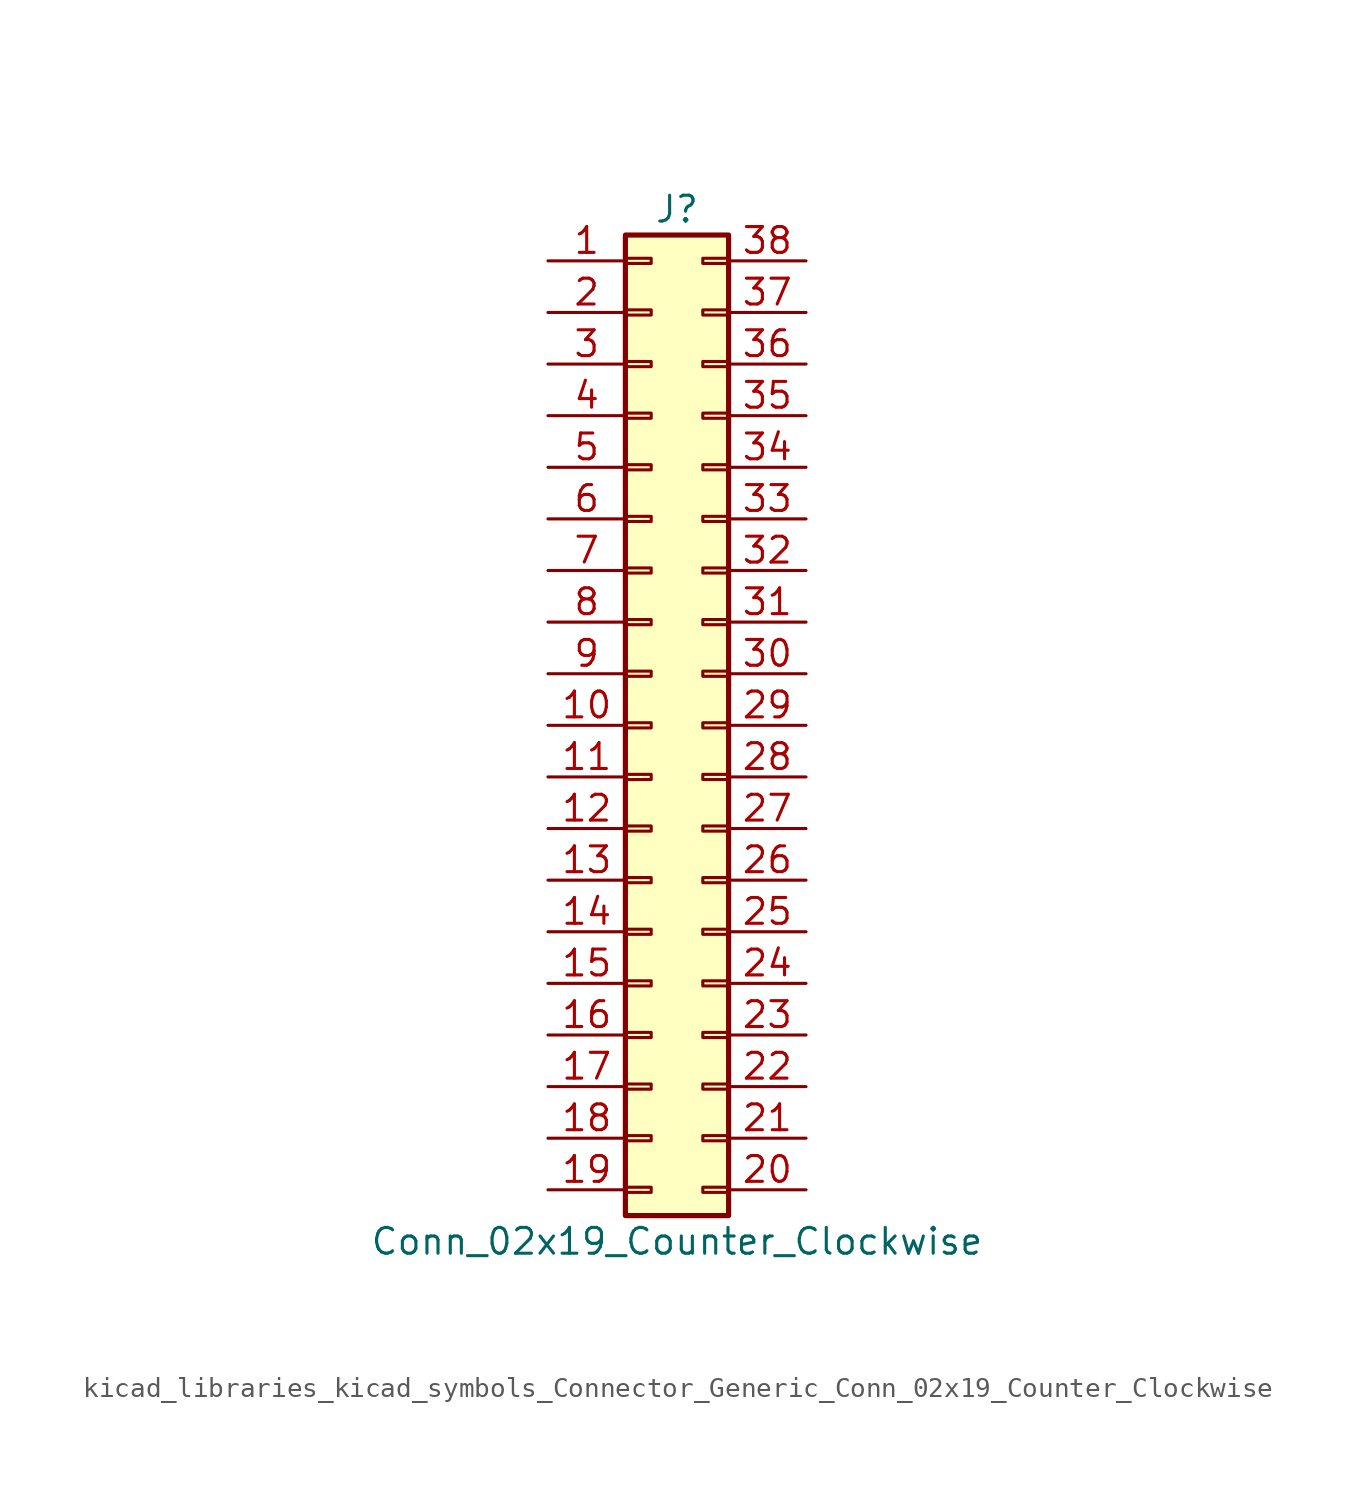
<source format=kicad_sym>
(kicad_symbol_lib
  (version 20220914)
  (generator kicad_symbol_editor)
  (symbol "kicad_libraries_kicad_symbols_Connector_Generic_Conn_02x19_Counter_Clockwise"
    (pin_names
      (offset 1.016) hide)
    (property "Reference" "J"
      (at 1.27 25.4 0)
      (effects (font (size 1.27 1.27))))
    (property "Value" "Conn_02x19_Counter_Clockwise"
      (at 1.27 -25.4 0)
      (effects (font (size 1.27 1.27))))
    (symbol "kicad_libraries_kicad_symbols_Connector_Generic_Conn_02x19_Counter_Clockwise_1_1"
      (rectangle (start -1.27 -22.733) (end 0 -22.987) (stroke (width 0.152) (type default)) (fill (type none)))
      (rectangle (start -1.27 -20.193) (end 0 -20.447) (stroke (width 0.152) (type default)) (fill (type none)))
      (rectangle (start -1.27 -17.653) (end 0 -17.907) (stroke (width 0.152) (type default)) (fill (type none)))
      (rectangle (start -1.27 -15.113) (end 0 -15.367) (stroke (width 0.152) (type default)) (fill (type none)))
      (rectangle (start -1.27 -12.573) (end 0 -12.827) (stroke (width 0.152) (type default)) (fill (type none)))
      (rectangle (start -1.27 -10.033) (end 0 -10.287) (stroke (width 0.152) (type default)) (fill (type none)))
      (rectangle (start -1.27 -7.493) (end 0 -7.747) (stroke (width 0.152) (type default)) (fill (type none)))
      (rectangle (start -1.27 -4.953) (end 0 -5.207) (stroke (width 0.152) (type default)) (fill (type none)))
      (rectangle (start -1.27 -2.413) (end 0 -2.667) (stroke (width 0.152) (type default)) (fill (type none)))
      (rectangle (start -1.27 0.127) (end 0 -0.127) (stroke (width 0.152) (type default)) (fill (type none)))
      (rectangle (start -1.27 2.667) (end 0 2.413) (stroke (width 0.152) (type default)) (fill (type none)))
      (rectangle (start -1.27 5.207) (end 0 4.953) (stroke (width 0.152) (type default)) (fill (type none)))
      (rectangle (start -1.27 7.747) (end 0 7.493) (stroke (width 0.152) (type default)) (fill (type none)))
      (rectangle (start -1.27 10.287) (end 0 10.033) (stroke (width 0.152) (type default)) (fill (type none)))
      (rectangle (start -1.27 12.827) (end 0 12.573) (stroke (width 0.152) (type default)) (fill (type none)))
      (rectangle (start -1.27 15.367) (end 0 15.113) (stroke (width 0.152) (type default)) (fill (type none)))
      (rectangle (start -1.27 17.907) (end 0 17.653) (stroke (width 0.152) (type default)) (fill (type none)))
      (rectangle (start -1.27 20.447) (end 0 20.193) (stroke (width 0.152) (type default)) (fill (type none)))
      (rectangle (start -1.27 22.987) (end 0 22.733) (stroke (width 0.152) (type default)) (fill (type none)))
      (rectangle (start -1.27 24.13) (end 3.81 -24.13) (stroke (width 0.254) (type default)) (fill (type background)))
      (rectangle (start 3.81 -22.733) (end 2.54 -22.987) (stroke (width 0.152) (type default)) (fill (type none)))
      (rectangle (start 3.81 -20.193) (end 2.54 -20.447) (stroke (width 0.152) (type default)) (fill (type none)))
      (rectangle (start 3.81 -17.653) (end 2.54 -17.907) (stroke (width 0.152) (type default)) (fill (type none)))
      (rectangle (start 3.81 -15.113) (end 2.54 -15.367) (stroke (width 0.152) (type default)) (fill (type none)))
      (rectangle (start 3.81 -12.573) (end 2.54 -12.827) (stroke (width 0.152) (type default)) (fill (type none)))
      (rectangle (start 3.81 -10.033) (end 2.54 -10.287) (stroke (width 0.152) (type default)) (fill (type none)))
      (rectangle (start 3.81 -7.493) (end 2.54 -7.747) (stroke (width 0.152) (type default)) (fill (type none)))
      (rectangle (start 3.81 -4.953) (end 2.54 -5.207) (stroke (width 0.152) (type default)) (fill (type none)))
      (rectangle (start 3.81 -2.413) (end 2.54 -2.667) (stroke (width 0.152) (type default)) (fill (type none)))
      (rectangle (start 3.81 0.127) (end 2.54 -0.127) (stroke (width 0.152) (type default)) (fill (type none)))
      (rectangle (start 3.81 2.667) (end 2.54 2.413) (stroke (width 0.152) (type default)) (fill (type none)))
      (rectangle (start 3.81 5.207) (end 2.54 4.953) (stroke (width 0.152) (type default)) (fill (type none)))
      (rectangle (start 3.81 7.747) (end 2.54 7.493) (stroke (width 0.152) (type default)) (fill (type none)))
      (rectangle (start 3.81 10.287) (end 2.54 10.033) (stroke (width 0.152) (type default)) (fill (type none)))
      (rectangle (start 3.81 12.827) (end 2.54 12.573) (stroke (width 0.152) (type default)) (fill (type none)))
      (rectangle (start 3.81 15.367) (end 2.54 15.113) (stroke (width 0.152) (type default)) (fill (type none)))
      (rectangle (start 3.81 17.907) (end 2.54 17.653) (stroke (width 0.152) (type default)) (fill (type none)))
      (rectangle (start 3.81 20.447) (end 2.54 20.193) (stroke (width 0.152) (type default)) (fill (type none)))
      (rectangle (start 3.81 22.987) (end 2.54 22.733) (stroke (width 0.152) (type default)) (fill (type none)))
      (pin passive line (at -5.08 22.86 0) (length 3.81) (name "Pin_1" (effects (font (size 1.27 1.27)))) (number "1" (effects (font (size 1.27 1.27)))))
      (pin passive line (at -5.08 0 0) (length 3.81) (name "Pin_10" (effects (font (size 1.27 1.27)))) (number "10" (effects (font (size 1.27 1.27)))))
      (pin passive line (at -5.08 -2.54 0) (length 3.81) (name "Pin_11" (effects (font (size 1.27 1.27)))) (number "11" (effects (font (size 1.27 1.27)))))
      (pin passive line (at -5.08 -5.08 0) (length 3.81) (name "Pin_12" (effects (font (size 1.27 1.27)))) (number "12" (effects (font (size 1.27 1.27)))))
      (pin passive line (at -5.08 -7.62 0) (length 3.81) (name "Pin_13" (effects (font (size 1.27 1.27)))) (number "13" (effects (font (size 1.27 1.27)))))
      (pin passive line (at -5.08 -10.16 0) (length 3.81) (name "Pin_14" (effects (font (size 1.27 1.27)))) (number "14" (effects (font (size 1.27 1.27)))))
      (pin passive line (at -5.08 -12.7 0) (length 3.81) (name "Pin_15" (effects (font (size 1.27 1.27)))) (number "15" (effects (font (size 1.27 1.27)))))
      (pin passive line (at -5.08 -15.24 0) (length 3.81) (name "Pin_16" (effects (font (size 1.27 1.27)))) (number "16" (effects (font (size 1.27 1.27)))))
      (pin passive line (at -5.08 -17.78 0) (length 3.81) (name "Pin_17" (effects (font (size 1.27 1.27)))) (number "17" (effects (font (size 1.27 1.27)))))
      (pin passive line (at -5.08 -20.32 0) (length 3.81) (name "Pin_18" (effects (font (size 1.27 1.27)))) (number "18" (effects (font (size 1.27 1.27)))))
      (pin passive line (at -5.08 -22.86 0) (length 3.81) (name "Pin_19" (effects (font (size 1.27 1.27)))) (number "19" (effects (font (size 1.27 1.27)))))
      (pin passive line (at -5.08 20.32 0) (length 3.81) (name "Pin_2" (effects (font (size 1.27 1.27)))) (number "2" (effects (font (size 1.27 1.27)))))
      (pin passive line (at 7.62 -22.86 180) (length 3.81) (name "Pin_20" (effects (font (size 1.27 1.27)))) (number "20" (effects (font (size 1.27 1.27)))))
      (pin passive line (at 7.62 -20.32 180) (length 3.81) (name "Pin_21" (effects (font (size 1.27 1.27)))) (number "21" (effects (font (size 1.27 1.27)))))
      (pin passive line (at 7.62 -17.78 180) (length 3.81) (name "Pin_22" (effects (font (size 1.27 1.27)))) (number "22" (effects (font (size 1.27 1.27)))))
      (pin passive line (at 7.62 -15.24 180) (length 3.81) (name "Pin_23" (effects (font (size 1.27 1.27)))) (number "23" (effects (font (size 1.27 1.27)))))
      (pin passive line (at 7.62 -12.7 180) (length 3.81) (name "Pin_24" (effects (font (size 1.27 1.27)))) (number "24" (effects (font (size 1.27 1.27)))))
      (pin passive line (at 7.62 -10.16 180) (length 3.81) (name "Pin_25" (effects (font (size 1.27 1.27)))) (number "25" (effects (font (size 1.27 1.27)))))
      (pin passive line (at 7.62 -7.62 180) (length 3.81) (name "Pin_26" (effects (font (size 1.27 1.27)))) (number "26" (effects (font (size 1.27 1.27)))))
      (pin passive line (at 7.62 -5.08 180) (length 3.81) (name "Pin_27" (effects (font (size 1.27 1.27)))) (number "27" (effects (font (size 1.27 1.27)))))
      (pin passive line (at 7.62 -2.54 180) (length 3.81) (name "Pin_28" (effects (font (size 1.27 1.27)))) (number "28" (effects (font (size 1.27 1.27)))))
      (pin passive line (at 7.62 0 180) (length 3.81) (name "Pin_29" (effects (font (size 1.27 1.27)))) (number "29" (effects (font (size 1.27 1.27)))))
      (pin passive line (at -5.08 17.78 0) (length 3.81) (name "Pin_3" (effects (font (size 1.27 1.27)))) (number "3" (effects (font (size 1.27 1.27)))))
      (pin passive line (at 7.62 2.54 180) (length 3.81) (name "Pin_30" (effects (font (size 1.27 1.27)))) (number "30" (effects (font (size 1.27 1.27)))))
      (pin passive line (at 7.62 5.08 180) (length 3.81) (name "Pin_31" (effects (font (size 1.27 1.27)))) (number "31" (effects (font (size 1.27 1.27)))))
      (pin passive line (at 7.62 7.62 180) (length 3.81) (name "Pin_32" (effects (font (size 1.27 1.27)))) (number "32" (effects (font (size 1.27 1.27)))))
      (pin passive line (at 7.62 10.16 180) (length 3.81) (name "Pin_33" (effects (font (size 1.27 1.27)))) (number "33" (effects (font (size 1.27 1.27)))))
      (pin passive line (at 7.62 12.7 180) (length 3.81) (name "Pin_34" (effects (font (size 1.27 1.27)))) (number "34" (effects (font (size 1.27 1.27)))))
      (pin passive line (at 7.62 15.24 180) (length 3.81) (name "Pin_35" (effects (font (size 1.27 1.27)))) (number "35" (effects (font (size 1.27 1.27)))))
      (pin passive line (at 7.62 17.78 180) (length 3.81) (name "Pin_36" (effects (font (size 1.27 1.27)))) (number "36" (effects (font (size 1.27 1.27)))))
      (pin passive line (at 7.62 20.32 180) (length 3.81) (name "Pin_37" (effects (font (size 1.27 1.27)))) (number "37" (effects (font (size 1.27 1.27)))))
      (pin passive line (at 7.62 22.86 180) (length 3.81) (name "Pin_38" (effects (font (size 1.27 1.27)))) (number "38" (effects (font (size 1.27 1.27)))))
      (pin passive line (at -5.08 15.24 0) (length 3.81) (name "Pin_4" (effects (font (size 1.27 1.27)))) (number "4" (effects (font (size 1.27 1.27)))))
      (pin passive line (at -5.08 12.7 0) (length 3.81) (name "Pin_5" (effects (font (size 1.27 1.27)))) (number "5" (effects (font (size 1.27 1.27)))))
      (pin passive line (at -5.08 10.16 0) (length 3.81) (name "Pin_6" (effects (font (size 1.27 1.27)))) (number "6" (effects (font (size 1.27 1.27)))))
      (pin passive line (at -5.08 7.62 0) (length 3.81) (name "Pin_7" (effects (font (size 1.27 1.27)))) (number "7" (effects (font (size 1.27 1.27)))))
      (pin passive line (at -5.08 5.08 0) (length 3.81) (name "Pin_8" (effects (font (size 1.27 1.27)))) (number "8" (effects (font (size 1.27 1.27)))))
      (pin passive line (at -5.08 2.54 0) (length 3.81) (name "Pin_9" (effects (font (size 1.27 1.27)))) (number "9" (effects (font (size 1.27 1.27))))))))
</source>
